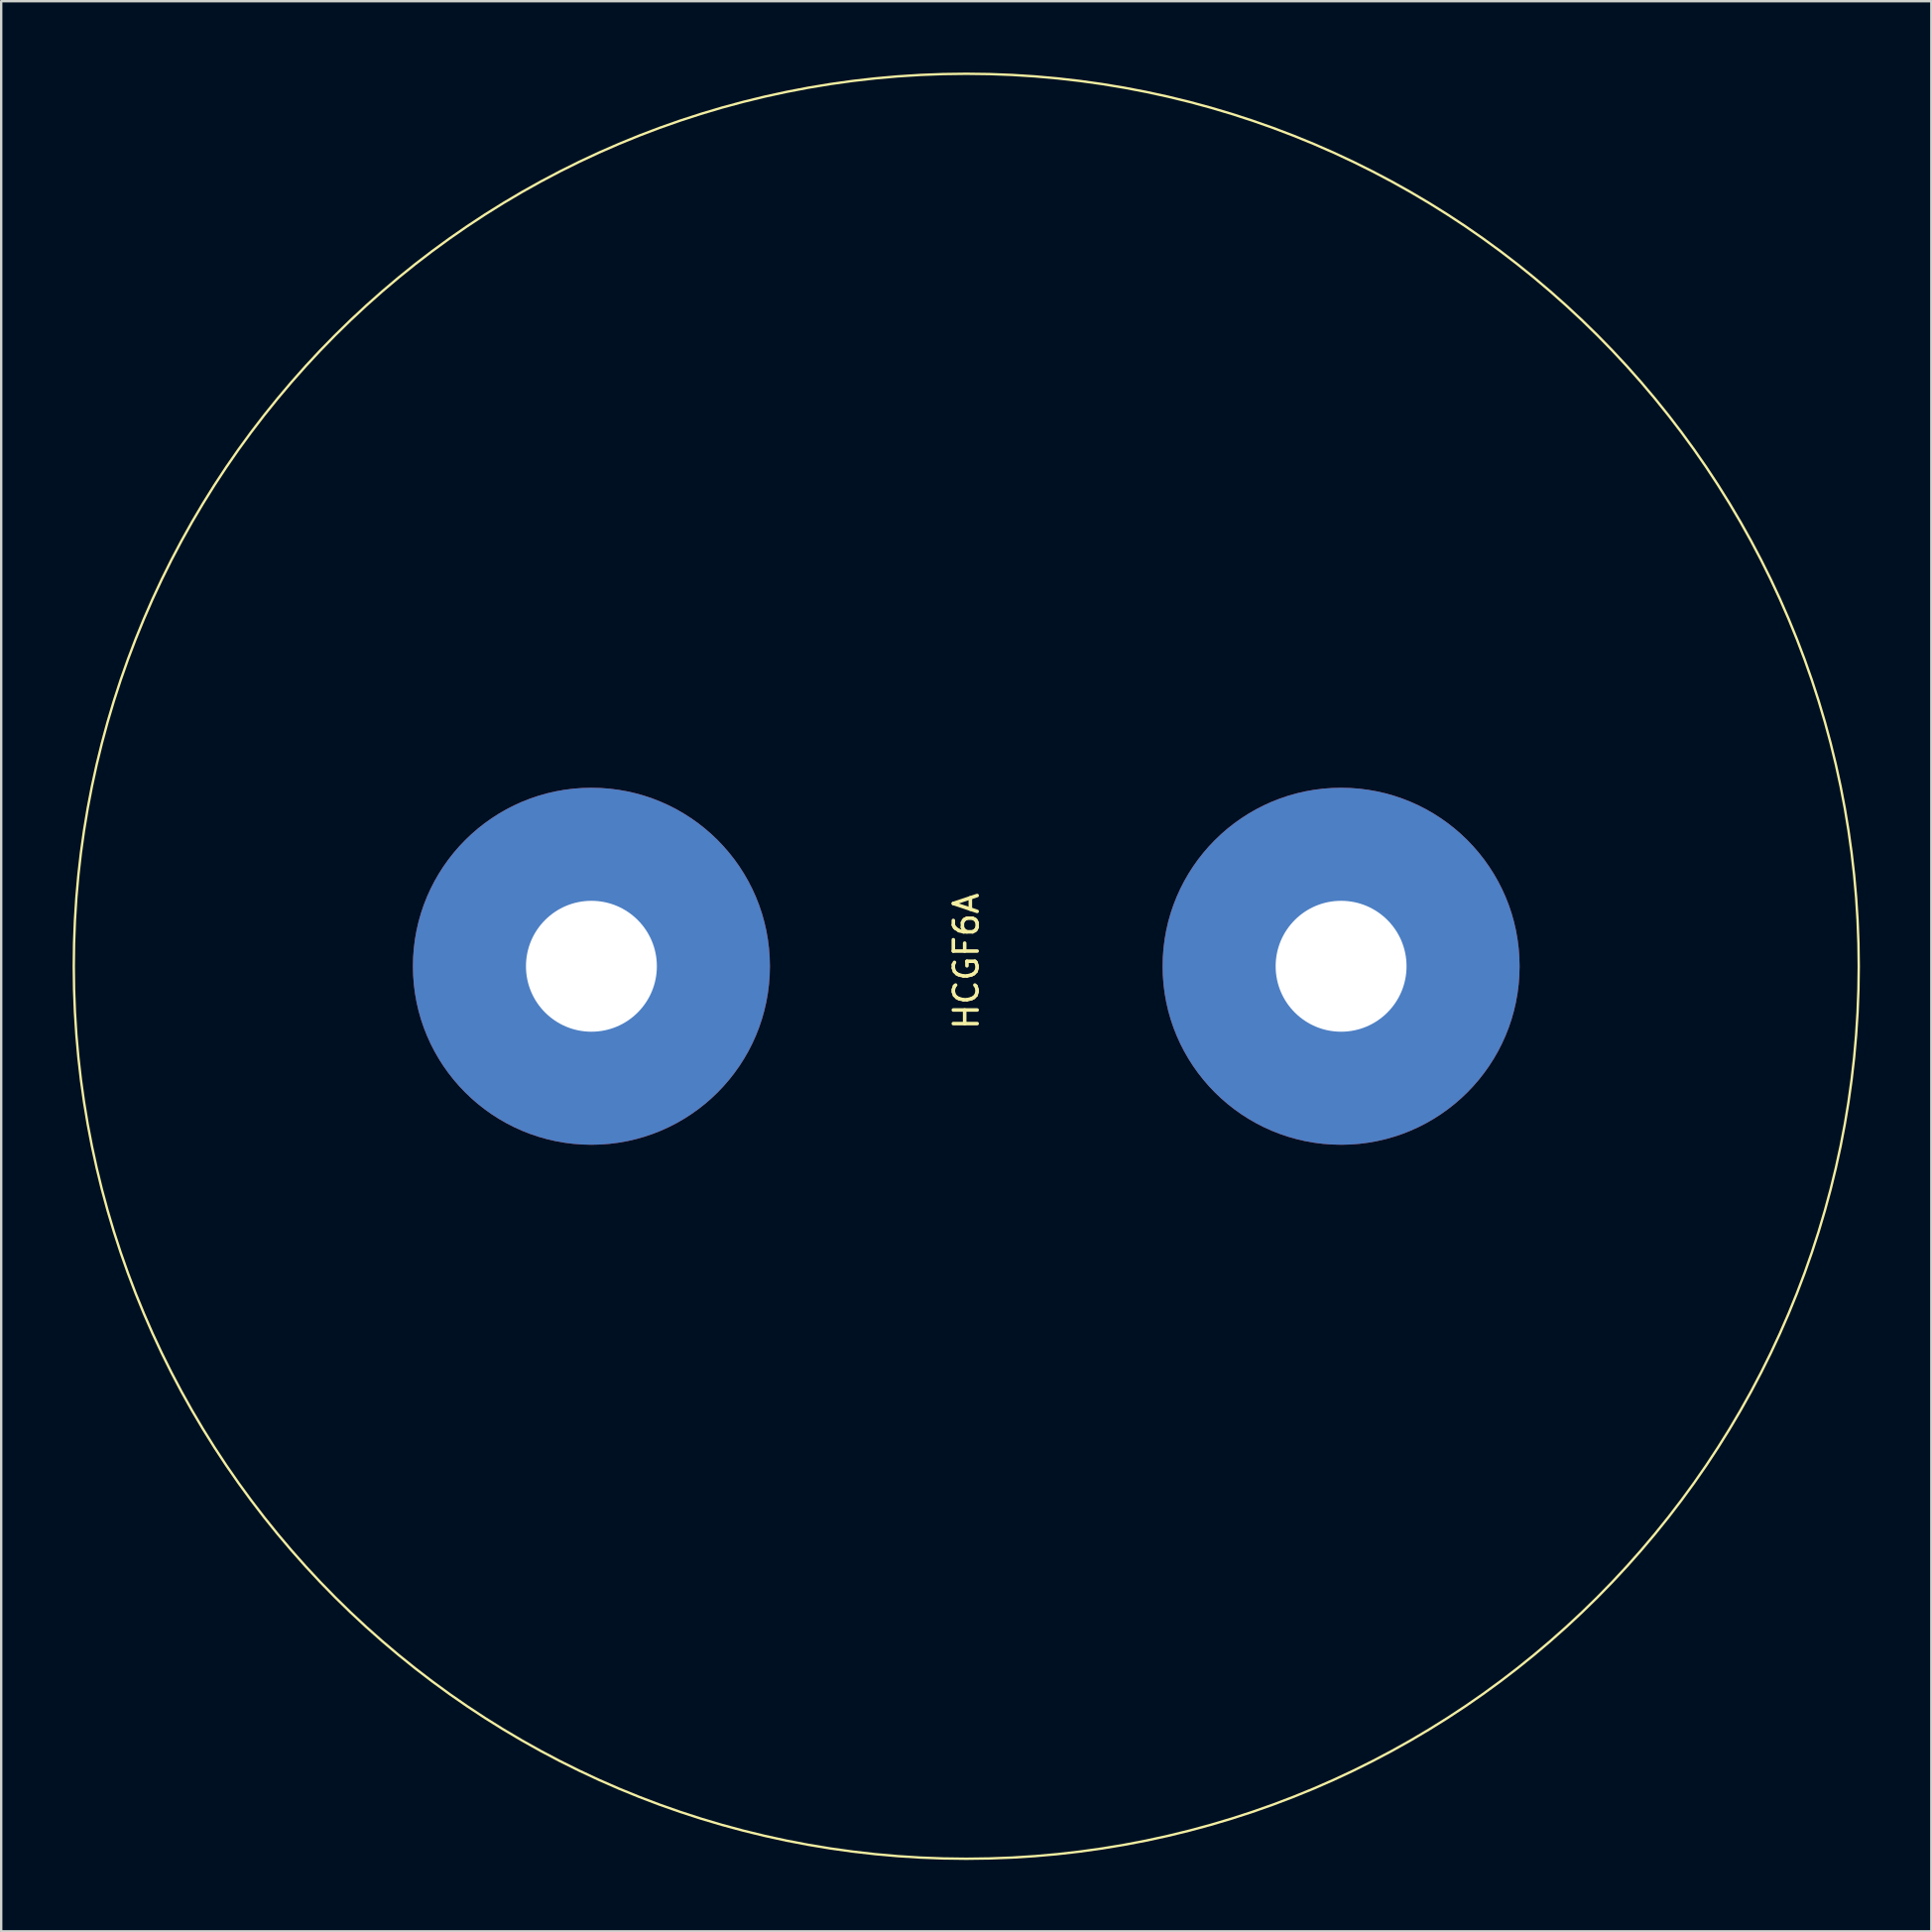
<source format=kicad_pcb>
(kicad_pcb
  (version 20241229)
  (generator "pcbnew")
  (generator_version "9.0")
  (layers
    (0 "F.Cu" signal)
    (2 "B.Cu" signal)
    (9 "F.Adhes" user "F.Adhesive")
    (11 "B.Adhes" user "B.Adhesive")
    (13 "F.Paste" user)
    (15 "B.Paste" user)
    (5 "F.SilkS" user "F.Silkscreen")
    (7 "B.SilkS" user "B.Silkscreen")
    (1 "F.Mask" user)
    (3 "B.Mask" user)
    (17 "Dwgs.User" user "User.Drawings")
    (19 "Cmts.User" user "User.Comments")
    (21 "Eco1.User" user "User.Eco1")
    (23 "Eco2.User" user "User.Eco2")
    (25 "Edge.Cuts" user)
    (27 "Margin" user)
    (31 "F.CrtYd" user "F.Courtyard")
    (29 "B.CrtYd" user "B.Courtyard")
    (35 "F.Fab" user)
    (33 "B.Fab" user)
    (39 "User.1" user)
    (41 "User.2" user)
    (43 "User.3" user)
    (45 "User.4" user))
  (footprint "HCGF6A"
    (layer "F.Cu")
    (at 37.55 37.55)
    (property "Reference" "HCGF6A" (at 0.002 -0.21 90) (layer "F.SilkS") (effects (font (size 1 1) (thickness 0.15))))
    (attr through_hole)
    (fp_circle (center 0 0) (end 0 37.5) (stroke (width 0.1) (type solid)) (fill no) (layer "F.SilkS"))
    (pad "1" thru_hole circle (at -15.75 0) (size 15 15) (drill 5.5) (layers "*.Cu" "*.Mask"))
    (pad "2" thru_hole circle (at 15.75 0) (size 15 15) (drill 5.5) (layers "*.Cu" "*.Mask")))
  (gr_rect
    (start -3 -3)
    (end 78.1 78.1)
    (stroke (width 0.1) (type default))
    (fill no)
    (layer "Edge.Cuts")))
</source>
